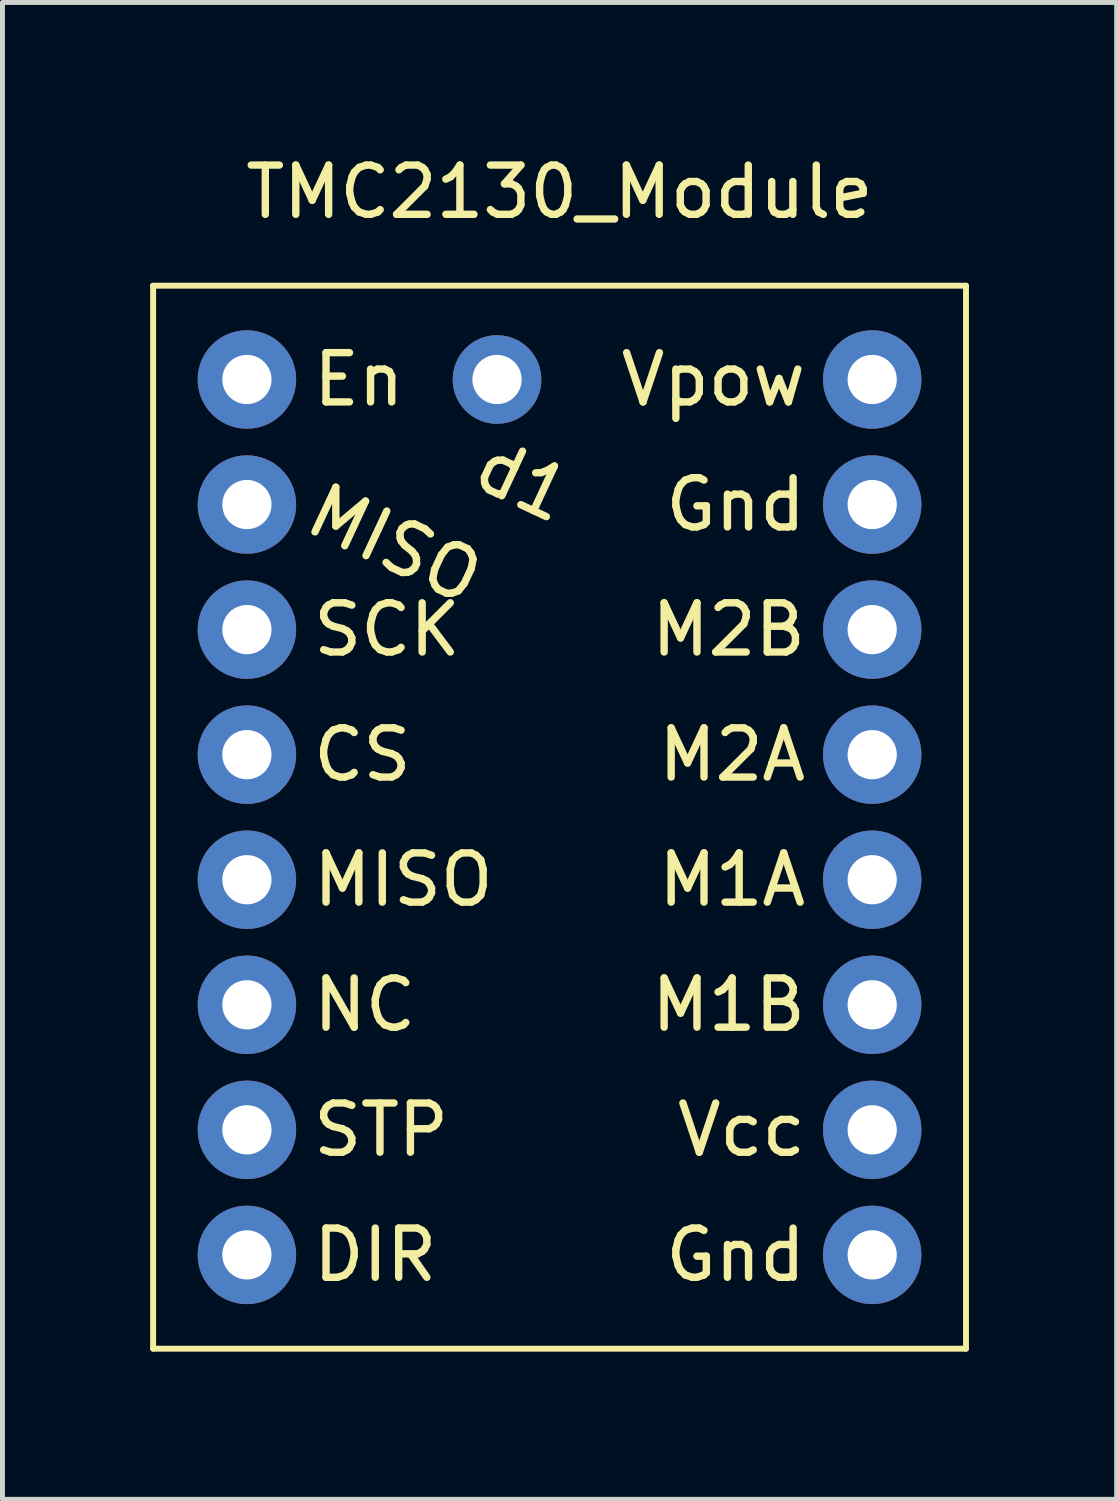
<source format=kicad_pcb>
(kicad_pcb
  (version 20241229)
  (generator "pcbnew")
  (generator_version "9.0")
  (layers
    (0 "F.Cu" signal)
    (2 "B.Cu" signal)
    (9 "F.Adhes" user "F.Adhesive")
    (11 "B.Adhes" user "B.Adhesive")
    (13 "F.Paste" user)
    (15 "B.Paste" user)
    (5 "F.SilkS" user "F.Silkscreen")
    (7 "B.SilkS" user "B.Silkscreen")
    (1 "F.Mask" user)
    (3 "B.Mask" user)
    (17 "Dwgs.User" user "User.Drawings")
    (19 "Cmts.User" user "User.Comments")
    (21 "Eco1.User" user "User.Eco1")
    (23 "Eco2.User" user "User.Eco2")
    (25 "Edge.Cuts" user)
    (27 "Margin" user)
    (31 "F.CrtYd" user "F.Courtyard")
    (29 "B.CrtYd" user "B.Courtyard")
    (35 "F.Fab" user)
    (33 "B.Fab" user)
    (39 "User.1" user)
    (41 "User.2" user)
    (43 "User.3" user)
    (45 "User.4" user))
  (footprint "TMC2130_Module"
    (layer "F.Cu")
    (at 8.315 2.118)
    (property "Reference" "TMC2130_Module" (at 0 -1.27 0) (layer "F.SilkS") (effects (font (size 1 1) (thickness 0.15))))
    (attr through_hole)
    (fp_line (start -8.255 0.635) (end 8.255 0.635) (stroke (width 0.12) (type solid)) (layer "F.SilkS"))
    (fp_line (start -8.255 22.225) (end -8.255 0.635) (stroke (width 0.12) (type solid)) (layer "F.SilkS"))
    (fp_line (start 8.255 0.635) (end 8.255 22.225) (stroke (width 0.12) (type solid)) (layer "F.SilkS"))
    (fp_line (start 8.255 22.225) (end -8.255 22.225) (stroke (width 0.12) (type solid)) (layer "F.SilkS"))
    (fp_text user "M1B" (at 5.08 15.24 0) (layer "F.SilkS") (effects (font (size 1 1) (thickness 0.15)) (justify right)))
    (fp_text user "DIR" (at -5.08 20.32 0) (layer "F.SilkS") (effects (font (size 1 1) (thickness 0.15)) (justify left)))
    (fp_text user "Gnd" (at 5.08 5.08 0) (layer "F.SilkS") (effects (font (size 1 1) (thickness 0.15)) (justify right)))
    (fp_text user "En" (at -5.08 2.54 0) (layer "F.SilkS") (effects (font (size 1 1) (thickness 0.15)) (justify left)))
    (fp_text user "Vpow" (at 5.08 2.54 0) (layer "F.SilkS") (effects (font (size 1 1) (thickness 0.15)) (justify right)))
    (fp_text user "M2A" (at 5.08 10.16 0) (layer "F.SilkS") (effects (font (size 1 1) (thickness 0.15)) (justify right)))
    (fp_text user "STP" (at -5.08 17.78 0) (layer "F.SilkS") (effects (font (size 1 1) (thickness 0.15)) (justify left)))
    (fp_text user "NC" (at -5.08 15.24 0) (layer "F.SilkS") (effects (font (size 1 1) (thickness 0.15)) (justify left)))
    (fp_text user "M1A" (at 5.08 12.7 0) (layer "F.SilkS") (effects (font (size 1 1) (thickness 0.15)) (justify right)))
    (fp_text user "Vcc" (at 5.08 17.78 0) (layer "F.SilkS") (effects (font (size 1 1) (thickness 0.15)) (justify right)))
    (fp_text user "M2B" (at 5.08 7.62 0) (layer "F.SilkS") (effects (font (size 1 1) (thickness 0.15)) (justify right)))
    (fp_text user "CS" (at -5.08 10.16 0) (layer "F.SilkS") (effects (font (size 1 1) (thickness 0.15)) (justify left)))
    (fp_text user "Gnd" (at 5.08 20.32 0) (layer "F.SilkS") (effects (font (size 1 1) (thickness 0.15)) (justify right)))
    (fp_text user "SCK" (at -5.08 7.62 0) (layer "F.SilkS") (effects (font (size 1 1) (thickness 0.15)) (justify left)))
    (fp_text user "MISO" (at -5.08 5.08 335) (layer "F.SilkS") (effects (font (size 1 1) (thickness 0.15)) (justify left)))
    (fp_text user "d1" (at -1.676 4.166 335) (layer "F.SilkS") (effects (font (size 1 1) (thickness 0.15)) (justify left)))
    (fp_text user "MISO" (at -5.08 12.7 0) (layer "F.SilkS") (effects (font (size 1 1) (thickness 0.15)) (justify left)))
    (pad "1" thru_hole circle (at -6.35 2.54) (size 2 2) (drill 1) (layers "*.Cu" "*.Mask"))
    (pad "2" thru_hole circle (at -6.35 5.08) (size 2 2) (drill 1) (layers "*.Cu" "*.Mask"))
    (pad "3" thru_hole circle (at -6.35 7.62) (size 2 2) (drill 1) (layers "*.Cu" "*.Mask"))
    (pad "4" thru_hole circle (at -6.35 10.16) (size 2 2) (drill 1) (layers "*.Cu" "*.Mask"))
    (pad "5" thru_hole circle (at -6.35 12.7) (size 2 2) (drill 1) (layers "*.Cu" "*.Mask"))
    (pad "6" thru_hole circle (at -6.35 15.24) (size 2 2) (drill 1) (layers "*.Cu" "*.Mask"))
    (pad "7" thru_hole circle (at -6.35 17.78) (size 2 2) (drill 1) (layers "*.Cu" "*.Mask"))
    (pad "8" thru_hole circle (at -6.35 20.32) (size 2 2) (drill 1) (layers "*.Cu" "*.Mask"))
    (pad "9" thru_hole circle (at 6.35 20.32) (size 2 2) (drill 1) (layers "*.Cu" "*.Mask"))
    (pad "10" thru_hole circle (at 6.35 17.78) (size 2 2) (drill 1) (layers "*.Cu" "*.Mask"))
    (pad "11" thru_hole circle (at 6.35 15.24) (size 2 2) (drill 1) (layers "*.Cu" "*.Mask"))
    (pad "12" thru_hole circle (at 6.35 12.7) (size 2 2) (drill 1) (layers "*.Cu" "*.Mask"))
    (pad "13" thru_hole circle (at 6.35 10.16) (size 2 2) (drill 1) (layers "*.Cu" "*.Mask"))
    (pad "14" thru_hole circle (at 6.35 7.62) (size 2 2) (drill 1) (layers "*.Cu" "*.Mask"))
    (pad "15" thru_hole circle (at 6.35 5.08) (size 2 2) (drill 1) (layers "*.Cu" "*.Mask"))
    (pad "16" thru_hole circle (at 6.35 2.54) (size 2 2) (drill 1) (layers "*.Cu" "*.Mask"))
    (pad "17" thru_hole circle (at -1.27 2.54) (size 1.8 1.8) (drill 1) (layers "*.Cu" "*.Mask")))
  (gr_rect
    (start -3 -3)
    (end 19.63 27.403)
    (stroke (width 0.1) (type default))
    (fill no)
    (layer "Edge.Cuts")))
</source>
